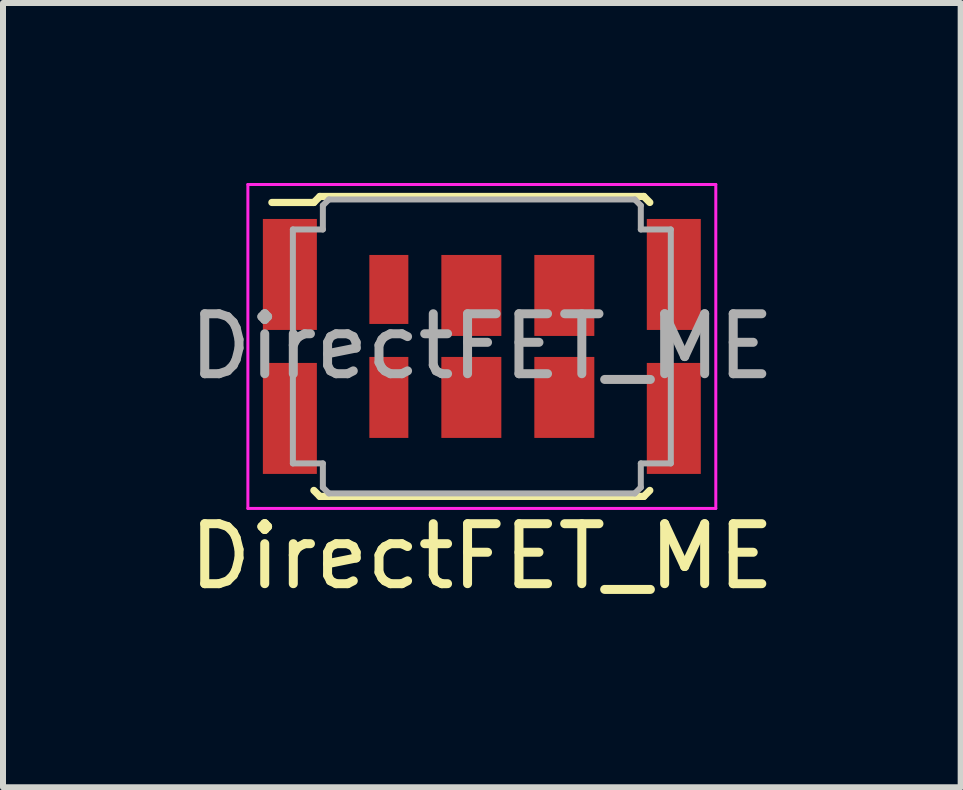
<source format=kicad_pcb>
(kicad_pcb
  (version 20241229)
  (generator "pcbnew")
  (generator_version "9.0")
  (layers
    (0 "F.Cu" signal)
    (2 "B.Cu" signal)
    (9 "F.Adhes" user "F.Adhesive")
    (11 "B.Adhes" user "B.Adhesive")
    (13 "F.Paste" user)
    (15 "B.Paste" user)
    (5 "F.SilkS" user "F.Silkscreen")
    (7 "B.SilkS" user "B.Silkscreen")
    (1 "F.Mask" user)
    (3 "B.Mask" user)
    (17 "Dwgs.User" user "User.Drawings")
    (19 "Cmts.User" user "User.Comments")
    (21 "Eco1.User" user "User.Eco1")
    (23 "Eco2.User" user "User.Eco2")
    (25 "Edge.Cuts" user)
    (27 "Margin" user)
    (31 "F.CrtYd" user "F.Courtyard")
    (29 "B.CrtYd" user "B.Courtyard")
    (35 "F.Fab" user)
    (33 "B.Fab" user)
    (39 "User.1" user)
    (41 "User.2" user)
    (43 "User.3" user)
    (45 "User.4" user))
  (footprint "DirectFET_ME"
    (layer "F.Cu")
    (at 4.982 2.725)
    (property "Reference" "DirectFET_ME" (at 0 3.5 0) (layer "F.SilkS") (effects (font (size 1 1) (thickness 0.15))))
    (attr smd)
    (fp_line (start -3.5 -2.4) (end -2.8 -2.4) (stroke (width 0.12) (type solid)) (layer "F.SilkS"))
    (fp_line (start -2.8 -2.4) (end -2.7 -2.5) (stroke (width 0.12) (type solid)) (layer "F.SilkS"))
    (fp_line (start -2.7 -2.5) (end 2.7 -2.5) (stroke (width 0.12) (type solid)) (layer "F.SilkS"))
    (fp_line (start -2.7 2.5) (end -2.8 2.4) (stroke (width 0.12) (type solid)) (layer "F.SilkS"))
    (fp_line (start 2.7 -2.5) (end 2.8 -2.4) (stroke (width 0.12) (type solid)) (layer "F.SilkS"))
    (fp_line (start 2.7 2.5) (end -2.7 2.5) (stroke (width 0.12) (type solid)) (layer "F.SilkS"))
    (fp_line (start 2.8 2.4) (end 2.7 2.5) (stroke (width 0.12) (type solid)) (layer "F.SilkS"))
    (fp_line (start -3.9 -2.7) (end -3.9 2.7) (stroke (width 0.05) (type solid)) (layer "F.CrtYd"))
    (fp_line (start -3.9 2.7) (end 3.9 2.7) (stroke (width 0.05) (type solid)) (layer "F.CrtYd"))
    (fp_line (start 3.9 -2.7) (end -3.9 -2.7) (stroke (width 0.05) (type solid)) (layer "F.CrtYd"))
    (fp_line (start 3.9 2.7) (end 3.9 -2.7) (stroke (width 0.05) (type solid)) (layer "F.CrtYd"))
    (fp_line (start -3.15 -1.95) (end -2.65 -1.95) (stroke (width 0.1) (type solid)) (layer "F.Fab"))
    (fp_line (start -3.15 1.95) (end -3.15 -1.95) (stroke (width 0.1) (type solid)) (layer "F.Fab"))
    (fp_line (start -3.15 1.95) (end -2.65 1.95) (stroke (width 0.1) (type solid)) (layer "F.Fab"))
    (fp_line (start -2.65 -2.35) (end -2.55 -2.45) (stroke (width 0.1) (type solid)) (layer "F.Fab"))
    (fp_line (start -2.65 -1.95) (end -2.65 -2.35) (stroke (width 0.1) (type solid)) (layer "F.Fab"))
    (fp_line (start -2.65 1.95) (end -2.65 2.35) (stroke (width 0.1) (type solid)) (layer "F.Fab"))
    (fp_line (start -2.65 2.35) (end -2.55 2.45) (stroke (width 0.1) (type solid)) (layer "F.Fab"))
    (fp_line (start -2.55 2.45) (end 2.55 2.45) (stroke (width 0.1) (type solid)) (layer "F.Fab"))
    (fp_line (start 2.55 -2.45) (end -2.55 -2.45) (stroke (width 0.1) (type solid)) (layer "F.Fab"))
    (fp_line (start 2.55 -2.45) (end 2.65 -2.35) (stroke (width 0.1) (type solid)) (layer "F.Fab"))
    (fp_line (start 2.65 -2.35) (end 2.65 -1.95) (stroke (width 0.1) (type solid)) (layer "F.Fab"))
    (fp_line (start 2.65 -1.95) (end 3.15 -1.95) (stroke (width 0.1) (type solid)) (layer "F.Fab"))
    (fp_line (start 2.65 1.95) (end 2.65 2.35) (stroke (width 0.1) (type solid)) (layer "F.Fab"))
    (fp_line (start 2.65 2.35) (end 2.55 2.45) (stroke (width 0.1) (type solid)) (layer "F.Fab"))
    (fp_line (start 3.15 -1.95) (end 3.15 1.95) (stroke (width 0.1) (type solid)) (layer "F.Fab"))
    (fp_line (start 3.15 1.95) (end 2.65 1.95) (stroke (width 0.1) (type solid)) (layer "F.Fab"))
    (fp_text user "${REFERENCE}" (at 0 0 0) (layer "F.Fab") (effects (font (size 1 1) (thickness 0.15))))
    (pad "1" smd rect (at -3.2 -1.2) (size 0.9 1.85) (layers "F.Cu" "F.Mask" "F.Paste"))
    (pad "1" smd rect (at -3.2 1.2) (size 0.9 1.85) (layers "F.Cu" "F.Mask" "F.Paste"))
    (pad "1" smd rect (at 3.2 -1.2) (size 0.9 1.85) (layers "F.Cu" "F.Mask" "F.Paste"))
    (pad "1" smd rect (at 3.2 1.2) (size 0.9 1.85) (layers "F.Cu" "F.Mask" "F.Paste"))
    (pad "2" smd rect (at -1.55 -0.95) (size 0.65 1.15) (layers "F.Cu" "F.Mask" "F.Paste"))
    (pad "3" smd rect (at -1.55 0.85) (size 0.65 1.35) (layers "F.Cu" "F.Mask" "F.Paste"))
    (pad "3" smd rect (at -0.175 -0.85) (size 1 1.35) (layers "F.Cu" "F.Mask" "F.Paste"))
    (pad "3" smd rect (at -0.175 0.85) (size 1 1.35) (layers "F.Cu" "F.Mask" "F.Paste"))
    (pad "3" smd rect (at 1.375 -0.85) (size 1 1.35) (layers "F.Cu" "F.Mask" "F.Paste"))
    (pad "3" smd rect (at 1.375 0.85) (size 1 1.35) (layers "F.Cu" "F.Mask" "F.Paste")))
  (gr_rect
    (start -3 -3)
    (end 12.964 10.073)
    (stroke (width 0.1) (type default))
    (fill no)
    (layer "Edge.Cuts")))
</source>
